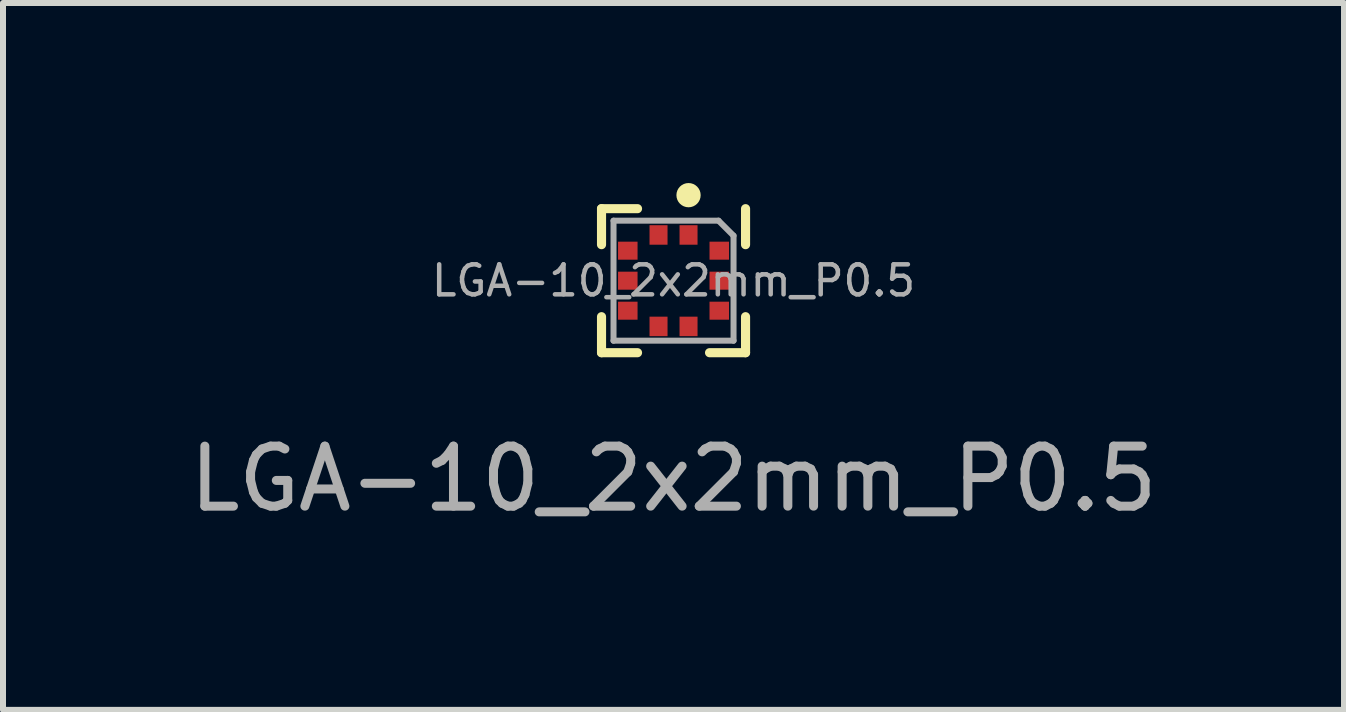
<source format=kicad_pcb>
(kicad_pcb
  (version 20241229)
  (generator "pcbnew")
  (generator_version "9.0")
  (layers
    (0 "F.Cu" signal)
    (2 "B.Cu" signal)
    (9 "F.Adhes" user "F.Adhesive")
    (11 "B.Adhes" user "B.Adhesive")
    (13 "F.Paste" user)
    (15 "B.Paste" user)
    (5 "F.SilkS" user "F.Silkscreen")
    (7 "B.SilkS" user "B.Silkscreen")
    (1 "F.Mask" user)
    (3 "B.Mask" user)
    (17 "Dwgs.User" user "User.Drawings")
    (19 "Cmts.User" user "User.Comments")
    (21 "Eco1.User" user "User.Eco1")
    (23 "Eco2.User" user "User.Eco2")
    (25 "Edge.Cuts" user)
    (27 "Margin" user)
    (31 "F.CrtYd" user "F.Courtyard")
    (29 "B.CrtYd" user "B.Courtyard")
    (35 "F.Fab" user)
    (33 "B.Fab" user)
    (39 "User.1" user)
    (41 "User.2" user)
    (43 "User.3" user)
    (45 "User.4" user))
  (footprint "LGA-10_2x2mm_P0.5"
    (layer "F.Cu")
    (at 8.173 1.627)
    (property "Reference" "LGA-10_2x2mm_P0.5" (at 0 0 0) (unlocked yes) (layer "F.Fab") (effects (font (size 0.5 0.5) (thickness 0.075))))
    (attr smd)
    (fp_line (start -1.2 -1.2) (end -1.2 -0.6) (stroke (width 0.152) (type solid)) (layer "F.SilkS"))
    (fp_line (start -1.2 -1.2) (end -0.6 -1.2) (stroke (width 0.152) (type solid)) (layer "F.SilkS"))
    (fp_line (start -1.2 1.2) (end -1.2 0.6) (stroke (width 0.152) (type solid)) (layer "F.SilkS"))
    (fp_line (start -1.2 1.2) (end -0.6 1.2) (stroke (width 0.152) (type solid)) (layer "F.SilkS"))
    (fp_line (start 1.2 -1.2) (end 1.2 -0.6) (stroke (width 0.152) (type solid)) (layer "F.SilkS"))
    (fp_line (start 1.2 1.2) (end 0.6 1.2) (stroke (width 0.152) (type solid)) (layer "F.SilkS"))
    (fp_line (start 1.2 1.2) (end 1.2 0.6) (stroke (width 0.152) (type solid)) (layer "F.SilkS"))
    (fp_circle (center 0.25 -1.425) (end 0.402 -1.425) (stroke (width 0.1) (type solid)) (fill yes) (layer "F.SilkS"))
    (fp_line (start -1 1) (end -1 -1) (stroke (width 0.1) (type solid)) (layer "F.Fab"))
    (fp_line (start -1 1) (end 1 1) (stroke (width 0.1) (type solid)) (layer "F.Fab"))
    (fp_line (start 0.75 -1) (end -1 -1) (stroke (width 0.1) (type solid)) (layer "F.Fab"))
    (fp_line (start 1 -0.75) (end 0.75 -1) (stroke (width 0.1) (type solid)) (layer "F.Fab"))
    (fp_line (start 1 1) (end 1 -0.75) (stroke (width 0.1) (type solid)) (layer "F.Fab"))
    (fp_text user "${REFERENCE}" (at 0 3.302 0) (unlocked yes) (layer "F.Fab") (effects (font (size 1 1) (thickness 0.15))))
    (pad "1" smd rect (at 0.25 -0.762 180) (size 0.3 0.325) (layers "F.Cu" "F.Mask" "F.Paste"))
    (pad "2" smd rect (at -0.25 -0.762 180) (size 0.3 0.325) (layers "F.Cu" "F.Mask" "F.Paste"))
    (pad "3" smd rect (at -0.762 -0.5 180) (size 0.325 0.3) (layers "F.Cu" "F.Mask" "F.Paste"))
    (pad "4" smd rect (at -0.762 0 180) (size 0.325 0.3) (layers "F.Cu" "F.Mask" "F.Paste"))
    (pad "5" smd rect (at -0.762 0.5 180) (size 0.325 0.3) (layers "F.Cu" "F.Mask" "F.Paste"))
    (pad "6" smd rect (at -0.25 0.762 180) (size 0.3 0.325) (layers "F.Cu" "F.Mask" "F.Paste"))
    (pad "7" smd rect (at 0.25 0.762 180) (size 0.3 0.325) (layers "F.Cu" "F.Mask" "F.Paste"))
    (pad "8" smd rect (at 0.762 0.5 180) (size 0.325 0.3) (layers "F.Cu" "F.Mask" "F.Paste"))
    (pad "9" smd rect (at 0.762 0 180) (size 0.325 0.3) (layers "F.Cu" "F.Mask" "F.Paste"))
    (pad "10" smd rect (at 0.762 -0.5 180) (size 0.325 0.3) (layers "F.Cu" "F.Mask" "F.Paste")))
  (gr_rect
    (start -3 -3)
    (end 19.345 8.778)
    (stroke (width 0.1) (type default))
    (fill no)
    (layer "Edge.Cuts")))
</source>
